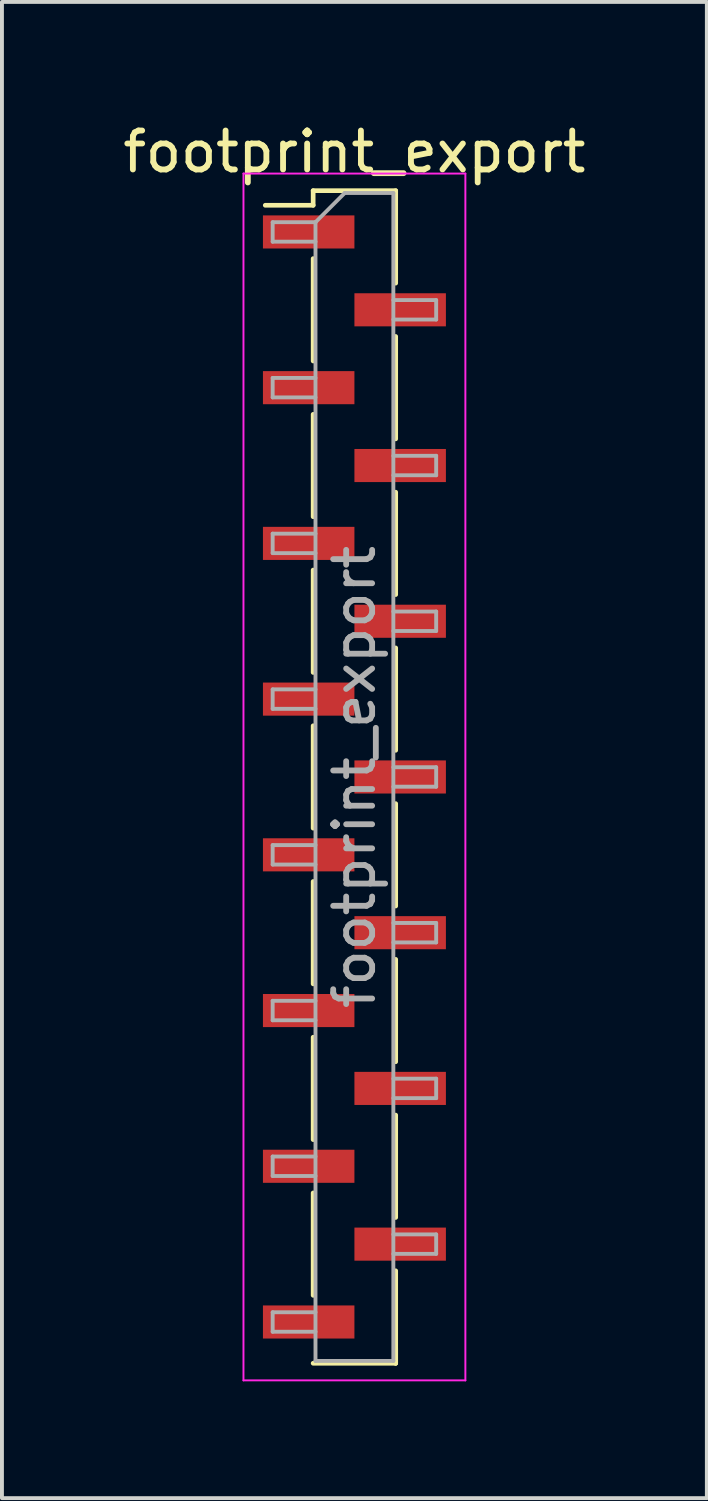
<source format=kicad_pcb>
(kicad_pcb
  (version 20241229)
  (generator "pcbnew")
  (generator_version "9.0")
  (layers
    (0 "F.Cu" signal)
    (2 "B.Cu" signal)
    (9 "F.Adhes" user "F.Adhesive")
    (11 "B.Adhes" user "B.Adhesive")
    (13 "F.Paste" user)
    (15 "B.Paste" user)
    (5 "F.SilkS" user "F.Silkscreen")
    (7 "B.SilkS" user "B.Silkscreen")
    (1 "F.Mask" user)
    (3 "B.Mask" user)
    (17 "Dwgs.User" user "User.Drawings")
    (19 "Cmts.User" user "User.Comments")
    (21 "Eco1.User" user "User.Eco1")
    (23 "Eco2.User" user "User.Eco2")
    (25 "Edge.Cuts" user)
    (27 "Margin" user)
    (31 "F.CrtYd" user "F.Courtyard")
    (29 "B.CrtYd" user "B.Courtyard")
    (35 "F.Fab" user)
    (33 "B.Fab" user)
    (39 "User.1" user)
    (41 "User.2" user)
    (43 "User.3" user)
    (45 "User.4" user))
  (footprint "footprint_export"
    (layer "F.Cu")
    (at 6.054 16.908)
    (property "Reference" "footprint_export" (at 0 -16.06 0) (layer "F.SilkS") (effects (font (size 1 1) (thickness 0.15))))
    (attr smd)
    (fp_line (start -1.06 -15.06) (end -1.06 -14.685) (stroke (width 0.12) (type solid)) (layer "F.SilkS"))
    (fp_line (start -1.06 -15.06) (end 1.06 -15.06) (stroke (width 0.12) (type solid)) (layer "F.SilkS"))
    (fp_line (start -1.06 -14.685) (end -2.29 -14.685) (stroke (width 0.12) (type solid)) (layer "F.SilkS"))
    (fp_line (start -1.06 -13.315) (end -1.06 -10.685) (stroke (width 0.12) (type solid)) (layer "F.SilkS"))
    (fp_line (start -1.06 -9.315) (end -1.06 -6.685) (stroke (width 0.12) (type solid)) (layer "F.SilkS"))
    (fp_line (start -1.06 -5.315) (end -1.06 -2.685) (stroke (width 0.12) (type solid)) (layer "F.SilkS"))
    (fp_line (start -1.06 -1.315) (end -1.06 1.315) (stroke (width 0.12) (type solid)) (layer "F.SilkS"))
    (fp_line (start -1.06 2.685) (end -1.06 5.315) (stroke (width 0.12) (type solid)) (layer "F.SilkS"))
    (fp_line (start -1.06 6.685) (end -1.06 9.315) (stroke (width 0.12) (type solid)) (layer "F.SilkS"))
    (fp_line (start -1.06 10.685) (end -1.06 13.315) (stroke (width 0.12) (type solid)) (layer "F.SilkS"))
    (fp_line (start -1.06 15.06) (end 1.06 15.06) (stroke (width 0.12) (type solid)) (layer "F.SilkS"))
    (fp_line (start 1.06 -15.06) (end 1.06 -12.685) (stroke (width 0.12) (type solid)) (layer "F.SilkS"))
    (fp_line (start 1.06 -11.315) (end 1.06 -8.685) (stroke (width 0.12) (type solid)) (layer "F.SilkS"))
    (fp_line (start 1.06 -7.315) (end 1.06 -4.685) (stroke (width 0.12) (type solid)) (layer "F.SilkS"))
    (fp_line (start 1.06 -3.315) (end 1.06 -0.685) (stroke (width 0.12) (type solid)) (layer "F.SilkS"))
    (fp_line (start 1.06 0.685) (end 1.06 3.315) (stroke (width 0.12) (type solid)) (layer "F.SilkS"))
    (fp_line (start 1.06 4.685) (end 1.06 7.315) (stroke (width 0.12) (type solid)) (layer "F.SilkS"))
    (fp_line (start 1.06 8.685) (end 1.06 11.315) (stroke (width 0.12) (type solid)) (layer "F.SilkS"))
    (fp_line (start 1.06 12.685) (end 1.06 15.06) (stroke (width 0.12) (type solid)) (layer "F.SilkS"))
    (fp_line (start 1.06 14.685) (end 1.06 15.06) (stroke (width 0.12) (type solid)) (layer "F.SilkS"))
    (fp_line (start -2.85 -15.5) (end -2.85 15.5) (stroke (width 0.05) (type solid)) (layer "F.CrtYd"))
    (fp_line (start -2.85 15.5) (end 2.85 15.5) (stroke (width 0.05) (type solid)) (layer "F.CrtYd"))
    (fp_line (start 2.85 -15.5) (end -2.85 -15.5) (stroke (width 0.05) (type solid)) (layer "F.CrtYd"))
    (fp_line (start 2.85 15.5) (end 2.85 -15.5) (stroke (width 0.05) (type solid)) (layer "F.CrtYd"))
    (fp_line (start -2.1 -14.25) (end -2.1 -13.75) (stroke (width 0.1) (type solid)) (layer "F.Fab"))
    (fp_line (start -2.1 -13.75) (end -1 -13.75) (stroke (width 0.1) (type solid)) (layer "F.Fab"))
    (fp_line (start -2.1 -10.25) (end -2.1 -9.75) (stroke (width 0.1) (type solid)) (layer "F.Fab"))
    (fp_line (start -2.1 -9.75) (end -1 -9.75) (stroke (width 0.1) (type solid)) (layer "F.Fab"))
    (fp_line (start -2.1 -6.25) (end -2.1 -5.75) (stroke (width 0.1) (type solid)) (layer "F.Fab"))
    (fp_line (start -2.1 -5.75) (end -1 -5.75) (stroke (width 0.1) (type solid)) (layer "F.Fab"))
    (fp_line (start -2.1 -2.25) (end -2.1 -1.75) (stroke (width 0.1) (type solid)) (layer "F.Fab"))
    (fp_line (start -2.1 -1.75) (end -1 -1.75) (stroke (width 0.1) (type solid)) (layer "F.Fab"))
    (fp_line (start -2.1 1.75) (end -2.1 2.25) (stroke (width 0.1) (type solid)) (layer "F.Fab"))
    (fp_line (start -2.1 2.25) (end -1 2.25) (stroke (width 0.1) (type solid)) (layer "F.Fab"))
    (fp_line (start -2.1 5.75) (end -2.1 6.25) (stroke (width 0.1) (type solid)) (layer "F.Fab"))
    (fp_line (start -2.1 6.25) (end -1 6.25) (stroke (width 0.1) (type solid)) (layer "F.Fab"))
    (fp_line (start -2.1 9.75) (end -2.1 10.25) (stroke (width 0.1) (type solid)) (layer "F.Fab"))
    (fp_line (start -2.1 10.25) (end -1 10.25) (stroke (width 0.1) (type solid)) (layer "F.Fab"))
    (fp_line (start -2.1 13.75) (end -2.1 14.25) (stroke (width 0.1) (type solid)) (layer "F.Fab"))
    (fp_line (start -2.1 14.25) (end -1 14.25) (stroke (width 0.1) (type solid)) (layer "F.Fab"))
    (fp_line (start -1 -14.25) (end -2.1 -14.25) (stroke (width 0.1) (type solid)) (layer "F.Fab"))
    (fp_line (start -1 -14.25) (end -0.25 -15) (stroke (width 0.1) (type solid)) (layer "F.Fab"))
    (fp_line (start -1 -10.25) (end -2.1 -10.25) (stroke (width 0.1) (type solid)) (layer "F.Fab"))
    (fp_line (start -1 -6.25) (end -2.1 -6.25) (stroke (width 0.1) (type solid)) (layer "F.Fab"))
    (fp_line (start -1 -2.25) (end -2.1 -2.25) (stroke (width 0.1) (type solid)) (layer "F.Fab"))
    (fp_line (start -1 1.75) (end -2.1 1.75) (stroke (width 0.1) (type solid)) (layer "F.Fab"))
    (fp_line (start -1 5.75) (end -2.1 5.75) (stroke (width 0.1) (type solid)) (layer "F.Fab"))
    (fp_line (start -1 9.75) (end -2.1 9.75) (stroke (width 0.1) (type solid)) (layer "F.Fab"))
    (fp_line (start -1 13.75) (end -2.1 13.75) (stroke (width 0.1) (type solid)) (layer "F.Fab"))
    (fp_line (start -1 15) (end -1 -14.25) (stroke (width 0.1) (type solid)) (layer "F.Fab"))
    (fp_line (start -0.25 -15) (end 1 -15) (stroke (width 0.1) (type solid)) (layer "F.Fab"))
    (fp_line (start 1 -15) (end 1 15) (stroke (width 0.1) (type solid)) (layer "F.Fab"))
    (fp_line (start 1 -12.25) (end 2.1 -12.25) (stroke (width 0.1) (type solid)) (layer "F.Fab"))
    (fp_line (start 1 -8.25) (end 2.1 -8.25) (stroke (width 0.1) (type solid)) (layer "F.Fab"))
    (fp_line (start 1 -4.25) (end 2.1 -4.25) (stroke (width 0.1) (type solid)) (layer "F.Fab"))
    (fp_line (start 1 -0.25) (end 2.1 -0.25) (stroke (width 0.1) (type solid)) (layer "F.Fab"))
    (fp_line (start 1 3.75) (end 2.1 3.75) (stroke (width 0.1) (type solid)) (layer "F.Fab"))
    (fp_line (start 1 7.75) (end 2.1 7.75) (stroke (width 0.1) (type solid)) (layer "F.Fab"))
    (fp_line (start 1 11.75) (end 2.1 11.75) (stroke (width 0.1) (type solid)) (layer "F.Fab"))
    (fp_line (start 1 15) (end -1 15) (stroke (width 0.1) (type solid)) (layer "F.Fab"))
    (fp_line (start 2.1 -12.25) (end 2.1 -11.75) (stroke (width 0.1) (type solid)) (layer "F.Fab"))
    (fp_line (start 2.1 -11.75) (end 1 -11.75) (stroke (width 0.1) (type solid)) (layer "F.Fab"))
    (fp_line (start 2.1 -8.25) (end 2.1 -7.75) (stroke (width 0.1) (type solid)) (layer "F.Fab"))
    (fp_line (start 2.1 -7.75) (end 1 -7.75) (stroke (width 0.1) (type solid)) (layer "F.Fab"))
    (fp_line (start 2.1 -4.25) (end 2.1 -3.75) (stroke (width 0.1) (type solid)) (layer "F.Fab"))
    (fp_line (start 2.1 -3.75) (end 1 -3.75) (stroke (width 0.1) (type solid)) (layer "F.Fab"))
    (fp_line (start 2.1 -0.25) (end 2.1 0.25) (stroke (width 0.1) (type solid)) (layer "F.Fab"))
    (fp_line (start 2.1 0.25) (end 1 0.25) (stroke (width 0.1) (type solid)) (layer "F.Fab"))
    (fp_line (start 2.1 3.75) (end 2.1 4.25) (stroke (width 0.1) (type solid)) (layer "F.Fab"))
    (fp_line (start 2.1 4.25) (end 1 4.25) (stroke (width 0.1) (type solid)) (layer "F.Fab"))
    (fp_line (start 2.1 7.75) (end 2.1 8.25) (stroke (width 0.1) (type solid)) (layer "F.Fab"))
    (fp_line (start 2.1 8.25) (end 1 8.25) (stroke (width 0.1) (type solid)) (layer "F.Fab"))
    (fp_line (start 2.1 11.75) (end 2.1 12.25) (stroke (width 0.1) (type solid)) (layer "F.Fab"))
    (fp_line (start 2.1 12.25) (end 1 12.25) (stroke (width 0.1) (type solid)) (layer "F.Fab"))
    (fp_text user "${REFERENCE}" (at 0 0 90) (layer "F.Fab") (effects (font (size 1 1) (thickness 0.15))))
    (pad "1" smd rect (at -1.175 -14) (size 2.35 0.85) (layers "F.Cu" "F.Mask" "F.Paste"))
    (pad "2" smd rect (at 1.175 -12) (size 2.35 0.85) (layers "F.Cu" "F.Mask" "F.Paste"))
    (pad "3" smd rect (at -1.175 -10) (size 2.35 0.85) (layers "F.Cu" "F.Mask" "F.Paste"))
    (pad "4" smd rect (at 1.175 -8) (size 2.35 0.85) (layers "F.Cu" "F.Mask" "F.Paste"))
    (pad "5" smd rect (at -1.175 -6) (size 2.35 0.85) (layers "F.Cu" "F.Mask" "F.Paste"))
    (pad "6" smd rect (at 1.175 -4) (size 2.35 0.85) (layers "F.Cu" "F.Mask" "F.Paste"))
    (pad "7" smd rect (at -1.175 -2) (size 2.35 0.85) (layers "F.Cu" "F.Mask" "F.Paste"))
    (pad "8" smd rect (at 1.175 0) (size 2.35 0.85) (layers "F.Cu" "F.Mask" "F.Paste"))
    (pad "9" smd rect (at -1.175 2) (size 2.35 0.85) (layers "F.Cu" "F.Mask" "F.Paste"))
    (pad "10" smd rect (at 1.175 4) (size 2.35 0.85) (layers "F.Cu" "F.Mask" "F.Paste"))
    (pad "11" smd rect (at -1.175 6) (size 2.35 0.85) (layers "F.Cu" "F.Mask" "F.Paste"))
    (pad "12" smd rect (at 1.175 8) (size 2.35 0.85) (layers "F.Cu" "F.Mask" "F.Paste"))
    (pad "13" smd rect (at -1.175 10) (size 2.35 0.85) (layers "F.Cu" "F.Mask" "F.Paste"))
    (pad "14" smd rect (at 1.175 12) (size 2.35 0.85) (layers "F.Cu" "F.Mask" "F.Paste"))
    (pad "15" smd rect (at -1.175 14) (size 2.35 0.85) (layers "F.Cu" "F.Mask" "F.Paste")))
  (gr_rect
    (start -3 -3)
    (end 15.107 35.433)
    (stroke (width 0.1) (type default))
    (fill no)
    (layer "Edge.Cuts")))
</source>
